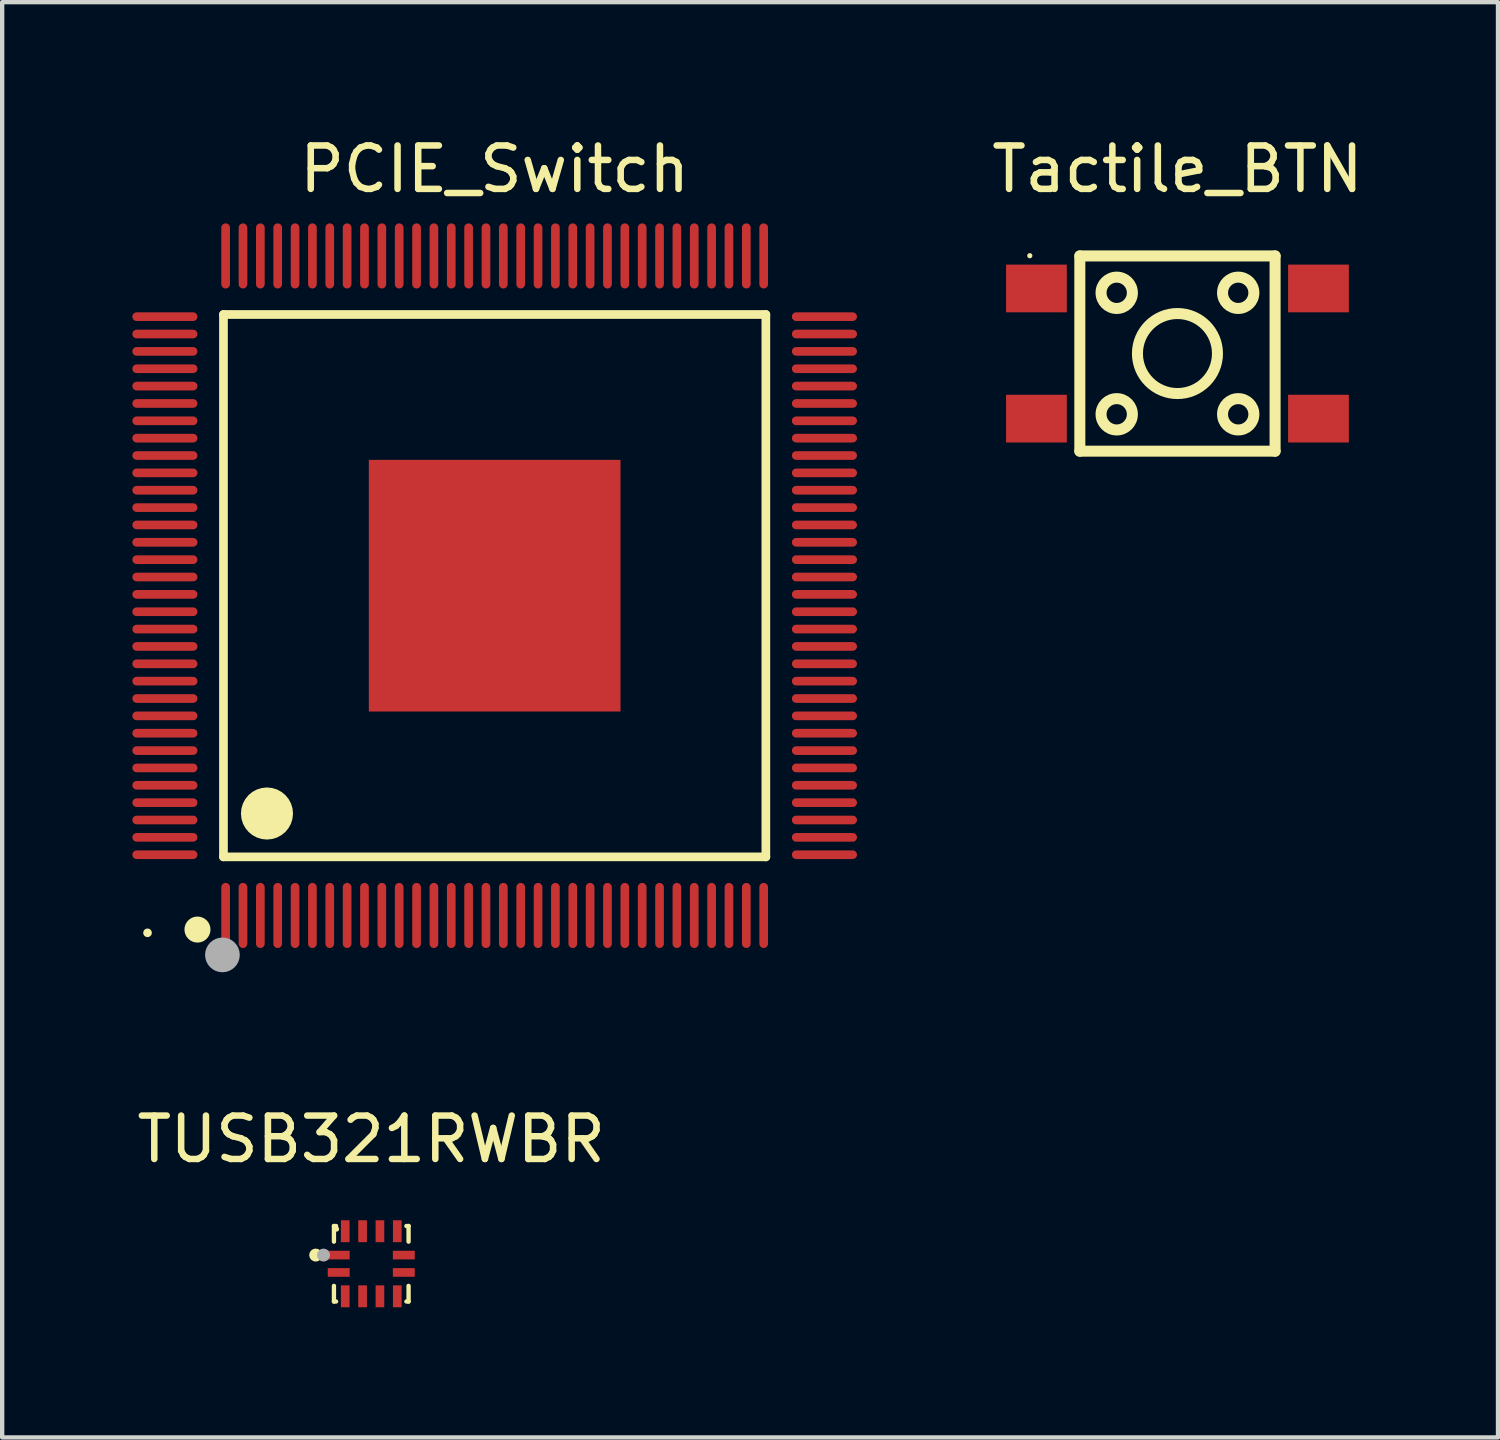
<source format=kicad_pcb>
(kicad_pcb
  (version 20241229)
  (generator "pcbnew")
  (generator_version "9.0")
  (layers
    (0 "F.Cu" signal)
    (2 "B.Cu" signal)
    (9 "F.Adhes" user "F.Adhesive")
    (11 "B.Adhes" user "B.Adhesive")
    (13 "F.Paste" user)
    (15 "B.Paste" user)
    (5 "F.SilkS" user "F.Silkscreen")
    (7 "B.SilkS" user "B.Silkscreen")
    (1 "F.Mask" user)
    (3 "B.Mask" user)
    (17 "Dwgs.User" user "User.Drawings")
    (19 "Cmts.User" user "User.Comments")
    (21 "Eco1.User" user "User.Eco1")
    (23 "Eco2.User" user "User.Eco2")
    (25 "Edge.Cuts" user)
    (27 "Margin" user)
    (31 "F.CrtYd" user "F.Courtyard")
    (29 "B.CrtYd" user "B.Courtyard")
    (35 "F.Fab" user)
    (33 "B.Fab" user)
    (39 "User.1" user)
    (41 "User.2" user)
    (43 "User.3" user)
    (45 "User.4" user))
  (footprint "Tactile_BTN"
    (layer "F.Cu")
    (at 24.086 5.098)
    (property "Reference" "Tactile_BTN" (at 0 -4.25 0) (layer "F.SilkS") (effects (font (size 1 1) (thickness 0.15))))
    (attr through_hole)
    (fp_line (start -2.25 -2.25) (end 2.25 -2.25) (stroke (width 0.254) (type solid)) (layer "F.SilkS"))
    (fp_line (start -2.25 2.25) (end -2.25 -2.25) (stroke (width 0.254) (type solid)) (layer "F.SilkS"))
    (fp_line (start 2.25 -2.25) (end 2.25 2.25) (stroke (width 0.254) (type solid)) (layer "F.SilkS"))
    (fp_line (start 2.25 2.25) (end -2.25 2.25) (stroke (width 0.254) (type solid)) (layer "F.SilkS"))
    (fp_circle (center -3.403 -2.255) (end -3.373 -2.255) (stroke (width 0.06) (type solid)) (fill no) (layer "F.SilkS"))
    (fp_circle (center -1.4 -1.4) (end -1.039 -1.4) (stroke (width 0.254) (type solid)) (fill no) (layer "F.SilkS"))
    (fp_circle (center -1.4 1.4) (end -1.039 1.4) (stroke (width 0.254) (type solid)) (fill no) (layer "F.SilkS"))
    (fp_circle (center 0 -0.000127) (end 0.922 -0.000127) (stroke (width 0.254) (type solid)) (fill no) (layer "F.SilkS"))
    (fp_circle (center 1.4 -1.4) (end 1.761 -1.4) (stroke (width 0.254) (type solid)) (fill no) (layer "F.SilkS"))
    (fp_circle (center 1.4 1.4) (end 1.761 1.4) (stroke (width 0.254) (type solid)) (fill no) (layer "F.SilkS"))
    (pad "1" smd rect (at -3.25 -1.5) (size 1.4 1.1) (layers "F.Cu" "F.Mask" "F.Paste"))
    (pad "2" smd rect (at 3.25 -1.5) (size 1.4 1.1) (layers "F.Cu" "F.Mask" "F.Paste"))
    (pad "3" smd rect (at -3.25 1.5) (size 1.4 1.1) (layers "F.Cu" "F.Mask" "F.Paste"))
    (pad "4" smd rect (at 3.25 1.5) (size 1.4 1.1) (layers "F.Cu" "F.Mask" "F.Paste")))
  (footprint "TUSB321RWBR"
    (layer "F.Cu")
    (at 5.506 26.075)
    (property "Reference" "TUSB321RWBR" (at -0.000064 -2.87 180) (layer "F.SilkS") (effects (font (size 1 1) (thickness 0.15))))
    (attr through_hole)
    (fp_line (start -0.86 0.87) (end -0.86 0.51) (stroke (width 0.1) (type solid)) (layer "F.SilkS"))
    (fp_line (start -0.86 0.87) (end -0.81 0.87) (stroke (width 0.1) (type solid)) (layer "F.SilkS"))
    (fp_line (start -0.86 -0.87) (end -0.86 -0.51) (stroke (width 0.1) (type solid)) (layer "F.SilkS"))
    (fp_line (start -0.86 -0.87) (end -0.81 -0.87) (stroke (width 0.1) (type solid)) (layer "F.SilkS"))
    (fp_line (start 0.86 -0.87) (end 0.81 -0.87) (stroke (width 0.1) (type solid)) (layer "F.SilkS"))
    (fp_line (start 0.86 -0.87) (end 0.86 -0.51) (stroke (width 0.1) (type solid)) (layer "F.SilkS"))
    (fp_line (start 0.86 0.87) (end 0.86 0.51) (stroke (width 0.1) (type solid)) (layer "F.SilkS"))
    (fp_line (start 0.86 0.87) (end 0.81 0.87) (stroke (width 0.1) (type solid)) (layer "F.SilkS"))
    (fp_circle (center -1.28 -0.2) (end -1.205 -0.2) (stroke (width 0.15) (type solid)) (fill no) (layer "F.SilkS"))
    (fp_circle (center -0.8 -0.8) (end -0.77 -0.8) (stroke (width 0.06) (type solid)) (fill no) (layer "F.SilkS"))
    (fp_circle (center -1.1 -0.2) (end -1.025 -0.2) (stroke (width 0.15) (type solid)) (fill no) (layer "F.Fab"))
    (pad "1" smd rect (at -0.75 -0.2 270) (size 0.2 0.505) (layers "F.Cu" "F.Mask" "F.Paste"))
    (pad "2" smd rect (at -0.75 0.2 270) (size 0.2 0.505) (layers "F.Cu" "F.Mask" "F.Paste"))
    (pad "3" smd rect (at -0.6 0.75 270) (size 0.505 0.2) (layers "F.Cu" "F.Mask" "F.Paste"))
    (pad "4" smd rect (at -0.2 0.75 270) (size 0.505 0.2) (layers "F.Cu" "F.Mask" "F.Paste"))
    (pad "5" smd rect (at 0.2 0.75 270) (size 0.505 0.2) (layers "F.Cu" "F.Mask" "F.Paste"))
    (pad "6" smd rect (at 0.6 0.75 270) (size 0.505 0.2) (layers "F.Cu" "F.Mask" "F.Paste"))
    (pad "7" smd rect (at 0.75 0.2 270) (size 0.2 0.505) (layers "F.Cu" "F.Mask" "F.Paste"))
    (pad "8" smd rect (at 0.75 -0.2 270) (size 0.2 0.505) (layers "F.Cu" "F.Mask" "F.Paste"))
    (pad "9" smd rect (at 0.6 -0.75 270) (size 0.505 0.2) (layers "F.Cu" "F.Mask" "F.Paste"))
    (pad "10" smd rect (at 0.2 -0.75 270) (size 0.505 0.2) (layers "F.Cu" "F.Mask" "F.Paste"))
    (pad "11" smd rect (at -0.2 -0.75 270) (size 0.505 0.2) (layers "F.Cu" "F.Mask" "F.Paste"))
    (pad "12" smd rect (at -0.6 -0.75 270) (size 0.505 0.2) (layers "F.Cu" "F.Mask" "F.Paste")))
  (footprint "PCIE_Switch"
    (layer "F.Cu")
    (at 8.35 10.448)
    (property "Reference" "PCIE_Switch" (at 0 -9.6 0) (layer "F.SilkS") (effects (font (size 1 1) (thickness 0.15))))
    (attr through_hole)
    (fp_line (start -6.25 -6.25) (end 6.25 -6.25) (stroke (width 0.2) (type solid)) (layer "F.SilkS"))
    (fp_line (start -6.25 6.25) (end -6.25 -6.25) (stroke (width 0.2) (type solid)) (layer "F.SilkS"))
    (fp_line (start 6.25 -6.25) (end 6.25 6.25) (stroke (width 0.2) (type solid)) (layer "F.SilkS"))
    (fp_line (start 6.25 6.25) (end -6.25 6.25) (stroke (width 0.2) (type solid)) (layer "F.SilkS"))
    (fp_arc (start -6.847854 7.774956) (mid -6.84934 8.074975) (end -6.849975 7.774953) (stroke (width 0.3) (type solid)) (layer "F.SilkS"))
    (fp_arc (start -5.24511 4.95047) (mid -5.248081 5.550459) (end -5.249353 4.950464) (stroke (width 0.6) (type solid)) (layer "F.SilkS"))
    (fp_circle (center -8 8) (end -7.95 8) (stroke (width 0.1) (type solid)) (fill no) (layer "F.SilkS"))
    (fp_circle (center -6.274 8.509) (end -6.074 8.509) (stroke (width 0.4) (type solid)) (fill no) (layer "F.Fab"))
    (pad "1" smd oval (at -6.2 7.6) (size 0.2 1.5) (layers "F.Cu" "F.Mask" "F.Paste"))
    (pad "2" smd oval (at -5.8 7.6) (size 0.2 1.5) (layers "F.Cu" "F.Mask" "F.Paste"))
    (pad "3" smd oval (at -5.4 7.6) (size 0.2 1.5) (layers "F.Cu" "F.Mask" "F.Paste"))
    (pad "4" smd oval (at -5 7.6) (size 0.2 1.5) (layers "F.Cu" "F.Mask" "F.Paste"))
    (pad "5" smd oval (at -4.6 7.6) (size 0.2 1.5) (layers "F.Cu" "F.Mask" "F.Paste"))
    (pad "6" smd oval (at -4.2 7.6) (size 0.2 1.5) (layers "F.Cu" "F.Mask" "F.Paste"))
    (pad "7" smd oval (at -3.8 7.6) (size 0.2 1.5) (layers "F.Cu" "F.Mask" "F.Paste"))
    (pad "8" smd oval (at -3.4 7.6) (size 0.2 1.5) (layers "F.Cu" "F.Mask" "F.Paste"))
    (pad "9" smd oval (at -3 7.6) (size 0.2 1.5) (layers "F.Cu" "F.Mask" "F.Paste"))
    (pad "10" smd oval (at -2.6 7.6) (size 0.2 1.5) (layers "F.Cu" "F.Mask" "F.Paste"))
    (pad "11" smd oval (at -2.2 7.6) (size 0.2 1.5) (layers "F.Cu" "F.Mask" "F.Paste"))
    (pad "12" smd oval (at -1.8 7.6) (size 0.2 1.5) (layers "F.Cu" "F.Mask" "F.Paste"))
    (pad "13" smd oval (at -1.4 7.6) (size 0.2 1.5) (layers "F.Cu" "F.Mask" "F.Paste"))
    (pad "14" smd oval (at -1 7.6) (size 0.2 1.5) (layers "F.Cu" "F.Mask" "F.Paste"))
    (pad "15" smd oval (at -0.6 7.6) (size 0.2 1.5) (layers "F.Cu" "F.Mask" "F.Paste"))
    (pad "16" smd oval (at -0.2 7.6) (size 0.2 1.5) (layers "F.Cu" "F.Mask" "F.Paste"))
    (pad "17" smd oval (at 0.2 7.6) (size 0.2 1.5) (layers "F.Cu" "F.Mask" "F.Paste"))
    (pad "18" smd oval (at 0.6 7.6) (size 0.2 1.5) (layers "F.Cu" "F.Mask" "F.Paste"))
    (pad "19" smd oval (at 1 7.6) (size 0.2 1.5) (layers "F.Cu" "F.Mask" "F.Paste"))
    (pad "20" smd oval (at 1.4 7.6) (size 0.2 1.5) (layers "F.Cu" "F.Mask" "F.Paste"))
    (pad "21" smd oval (at 1.8 7.6) (size 0.2 1.5) (layers "F.Cu" "F.Mask" "F.Paste"))
    (pad "22" smd oval (at 2.2 7.6) (size 0.2 1.5) (layers "F.Cu" "F.Mask" "F.Paste"))
    (pad "23" smd oval (at 2.6 7.6) (size 0.2 1.5) (layers "F.Cu" "F.Mask" "F.Paste"))
    (pad "24" smd oval (at 3 7.6) (size 0.2 1.5) (layers "F.Cu" "F.Mask" "F.Paste"))
    (pad "25" smd oval (at 3.4 7.6) (size 0.2 1.5) (layers "F.Cu" "F.Mask" "F.Paste"))
    (pad "26" smd oval (at 3.8 7.6) (size 0.2 1.5) (layers "F.Cu" "F.Mask" "F.Paste"))
    (pad "27" smd oval (at 4.2 7.6) (size 0.2 1.5) (layers "F.Cu" "F.Mask" "F.Paste"))
    (pad "28" smd oval (at 4.6 7.6) (size 0.2 1.5) (layers "F.Cu" "F.Mask" "F.Paste"))
    (pad "29" smd oval (at 5 7.6) (size 0.2 1.5) (layers "F.Cu" "F.Mask" "F.Paste"))
    (pad "30" smd oval (at 5.4 7.6) (size 0.2 1.5) (layers "F.Cu" "F.Mask" "F.Paste"))
    (pad "31" smd oval (at 5.8 7.6) (size 0.2 1.5) (layers "F.Cu" "F.Mask" "F.Paste"))
    (pad "32" smd oval (at 6.2 7.6) (size 0.2 1.5) (layers "F.Cu" "F.Mask" "F.Paste"))
    (pad "33" smd oval (at 7.6 6.2 90) (size 0.2 1.5) (layers "F.Cu" "F.Mask" "F.Paste"))
    (pad "34" smd oval (at 7.6 5.8 90) (size 0.2 1.5) (layers "F.Cu" "F.Mask" "F.Paste"))
    (pad "35" smd oval (at 7.6 5.4 90) (size 0.2 1.5) (layers "F.Cu" "F.Mask" "F.Paste"))
    (pad "36" smd oval (at 7.6 5 90) (size 0.2 1.5) (layers "F.Cu" "F.Mask" "F.Paste"))
    (pad "37" smd oval (at 7.6 4.6 90) (size 0.2 1.5) (layers "F.Cu" "F.Mask" "F.Paste"))
    (pad "38" smd oval (at 7.6 4.2 90) (size 0.2 1.5) (layers "F.Cu" "F.Mask" "F.Paste"))
    (pad "39" smd oval (at 7.6 3.8 90) (size 0.2 1.5) (layers "F.Cu" "F.Mask" "F.Paste"))
    (pad "40" smd oval (at 7.6 3.4 90) (size 0.2 1.5) (layers "F.Cu" "F.Mask" "F.Paste"))
    (pad "41" smd oval (at 7.6 3 90) (size 0.2 1.5) (layers "F.Cu" "F.Mask" "F.Paste"))
    (pad "42" smd oval (at 7.6 2.6 90) (size 0.2 1.5) (layers "F.Cu" "F.Mask" "F.Paste"))
    (pad "43" smd oval (at 7.6 2.2 90) (size 0.2 1.5) (layers "F.Cu" "F.Mask" "F.Paste"))
    (pad "44" smd oval (at 7.6 1.8 90) (size 0.2 1.5) (layers "F.Cu" "F.Mask" "F.Paste"))
    (pad "45" smd oval (at 7.6 1.4 90) (size 0.2 1.5) (layers "F.Cu" "F.Mask" "F.Paste"))
    (pad "46" smd oval (at 7.6 1 90) (size 0.2 1.5) (layers "F.Cu" "F.Mask" "F.Paste"))
    (pad "47" smd oval (at 7.6 0.6 90) (size 0.2 1.5) (layers "F.Cu" "F.Mask" "F.Paste"))
    (pad "48" smd oval (at 7.6 0.2 90) (size 0.2 1.5) (layers "F.Cu" "F.Mask" "F.Paste"))
    (pad "49" smd oval (at 7.6 -0.2 90) (size 0.2 1.5) (layers "F.Cu" "F.Mask" "F.Paste"))
    (pad "50" smd oval (at 7.6 -0.6 90) (size 0.2 1.5) (layers "F.Cu" "F.Mask" "F.Paste"))
    (pad "51" smd oval (at 7.6 -1 90) (size 0.2 1.5) (layers "F.Cu" "F.Mask" "F.Paste"))
    (pad "52" smd oval (at 7.6 -1.4 90) (size 0.2 1.5) (layers "F.Cu" "F.Mask" "F.Paste"))
    (pad "53" smd oval (at 7.6 -1.8 90) (size 0.2 1.5) (layers "F.Cu" "F.Mask" "F.Paste"))
    (pad "54" smd oval (at 7.6 -2.2 90) (size 0.2 1.5) (layers "F.Cu" "F.Mask" "F.Paste"))
    (pad "55" smd oval (at 7.6 -2.6 90) (size 0.2 1.5) (layers "F.Cu" "F.Mask" "F.Paste"))
    (pad "56" smd oval (at 7.6 -3 90) (size 0.2 1.5) (layers "F.Cu" "F.Mask" "F.Paste"))
    (pad "57" smd oval (at 7.6 -3.4 90) (size 0.2 1.5) (layers "F.Cu" "F.Mask" "F.Paste"))
    (pad "58" smd oval (at 7.6 -3.8 90) (size 0.2 1.5) (layers "F.Cu" "F.Mask" "F.Paste"))
    (pad "59" smd oval (at 7.6 -4.2 90) (size 0.2 1.5) (layers "F.Cu" "F.Mask" "F.Paste"))
    (pad "60" smd oval (at 7.6 -4.6 90) (size 0.2 1.5) (layers "F.Cu" "F.Mask" "F.Paste"))
    (pad "61" smd oval (at 7.6 -5 90) (size 0.2 1.5) (layers "F.Cu" "F.Mask" "F.Paste"))
    (pad "62" smd oval (at 7.6 -5.4 90) (size 0.2 1.5) (layers "F.Cu" "F.Mask" "F.Paste"))
    (pad "63" smd oval (at 7.6 -5.8 90) (size 0.2 1.5) (layers "F.Cu" "F.Mask" "F.Paste"))
    (pad "64" smd oval (at 7.6 -6.2 90) (size 0.2 1.5) (layers "F.Cu" "F.Mask" "F.Paste"))
    (pad "65" smd oval (at 6.2 -7.6 180) (size 0.2 1.5) (layers "F.Cu" "F.Mask" "F.Paste"))
    (pad "66" smd oval (at 5.8 -7.6 180) (size 0.2 1.5) (layers "F.Cu" "F.Mask" "F.Paste"))
    (pad "67" smd oval (at 5.4 -7.6 180) (size 0.2 1.5) (layers "F.Cu" "F.Mask" "F.Paste"))
    (pad "68" smd oval (at 5 -7.6 180) (size 0.2 1.5) (layers "F.Cu" "F.Mask" "F.Paste"))
    (pad "69" smd oval (at 4.6 -7.6 180) (size 0.2 1.5) (layers "F.Cu" "F.Mask" "F.Paste"))
    (pad "70" smd oval (at 4.2 -7.6 180) (size 0.2 1.5) (layers "F.Cu" "F.Mask" "F.Paste"))
    (pad "71" smd oval (at 3.8 -7.6 180) (size 0.2 1.5) (layers "F.Cu" "F.Mask" "F.Paste"))
    (pad "72" smd oval (at 3.4 -7.6 180) (size 0.2 1.5) (layers "F.Cu" "F.Mask" "F.Paste"))
    (pad "73" smd oval (at 3 -7.6 180) (size 0.2 1.5) (layers "F.Cu" "F.Mask" "F.Paste"))
    (pad "74" smd oval (at 2.6 -7.6 180) (size 0.2 1.5) (layers "F.Cu" "F.Mask" "F.Paste"))
    (pad "75" smd oval (at 2.2 -7.6 180) (size 0.2 1.5) (layers "F.Cu" "F.Mask" "F.Paste"))
    (pad "76" smd oval (at 1.8 -7.6 180) (size 0.2 1.5) (layers "F.Cu" "F.Mask" "F.Paste"))
    (pad "77" smd oval (at 1.4 -7.6 180) (size 0.2 1.5) (layers "F.Cu" "F.Mask" "F.Paste"))
    (pad "78" smd oval (at 1 -7.6 180) (size 0.2 1.5) (layers "F.Cu" "F.Mask" "F.Paste"))
    (pad "79" smd oval (at 0.6 -7.6 180) (size 0.2 1.5) (layers "F.Cu" "F.Mask" "F.Paste"))
    (pad "80" smd oval (at 0.2 -7.6 180) (size 0.2 1.5) (layers "F.Cu" "F.Mask" "F.Paste"))
    (pad "81" smd oval (at -0.2 -7.6 180) (size 0.2 1.5) (layers "F.Cu" "F.Mask" "F.Paste"))
    (pad "82" smd oval (at -0.6 -7.6 180) (size 0.2 1.5) (layers "F.Cu" "F.Mask" "F.Paste"))
    (pad "83" smd oval (at -1 -7.6 180) (size 0.2 1.5) (layers "F.Cu" "F.Mask" "F.Paste"))
    (pad "84" smd oval (at -1.4 -7.6 180) (size 0.2 1.5) (layers "F.Cu" "F.Mask" "F.Paste"))
    (pad "85" smd oval (at -1.8 -7.6 180) (size 0.2 1.5) (layers "F.Cu" "F.Mask" "F.Paste"))
    (pad "86" smd oval (at -2.2 -7.6 180) (size 0.2 1.5) (layers "F.Cu" "F.Mask" "F.Paste"))
    (pad "87" smd oval (at -2.6 -7.6 180) (size 0.2 1.5) (layers "F.Cu" "F.Mask" "F.Paste"))
    (pad "88" smd oval (at -3 -7.6 180) (size 0.2 1.5) (layers "F.Cu" "F.Mask" "F.Paste"))
    (pad "89" smd oval (at -3.4 -7.6 180) (size 0.2 1.5) (layers "F.Cu" "F.Mask" "F.Paste"))
    (pad "90" smd oval (at -3.8 -7.6 180) (size 0.2 1.5) (layers "F.Cu" "F.Mask" "F.Paste"))
    (pad "91" smd oval (at -4.2 -7.6 180) (size 0.2 1.5) (layers "F.Cu" "F.Mask" "F.Paste"))
    (pad "92" smd oval (at -4.6 -7.6 180) (size 0.2 1.5) (layers "F.Cu" "F.Mask" "F.Paste"))
    (pad "93" smd oval (at -5 -7.6 180) (size 0.2 1.5) (layers "F.Cu" "F.Mask" "F.Paste"))
    (pad "94" smd oval (at -5.4 -7.6 180) (size 0.2 1.5) (layers "F.Cu" "F.Mask" "F.Paste"))
    (pad "95" smd oval (at -5.8 -7.6 180) (size 0.2 1.5) (layers "F.Cu" "F.Mask" "F.Paste"))
    (pad "96" smd oval (at -6.2 -7.6 180) (size 0.2 1.5) (layers "F.Cu" "F.Mask" "F.Paste"))
    (pad "97" smd oval (at -7.6 -6.2 270) (size 0.2 1.5) (layers "F.Cu" "F.Mask" "F.Paste"))
    (pad "98" smd oval (at -7.6 -5.8 270) (size 0.2 1.5) (layers "F.Cu" "F.Mask" "F.Paste"))
    (pad "99" smd oval (at -7.6 -5.4 270) (size 0.2 1.5) (layers "F.Cu" "F.Mask" "F.Paste"))
    (pad "100" smd oval (at -7.6 -5 270) (size 0.2 1.5) (layers "F.Cu" "F.Mask" "F.Paste"))
    (pad "101" smd oval (at -7.6 -4.6 270) (size 0.2 1.5) (layers "F.Cu" "F.Mask" "F.Paste"))
    (pad "102" smd oval (at -7.6 -4.2 270) (size 0.2 1.5) (layers "F.Cu" "F.Mask" "F.Paste"))
    (pad "103" smd oval (at -7.6 -3.8 270) (size 0.2 1.5) (layers "F.Cu" "F.Mask" "F.Paste"))
    (pad "104" smd oval (at -7.6 -3.4 270) (size 0.2 1.5) (layers "F.Cu" "F.Mask" "F.Paste"))
    (pad "105" smd oval (at -7.6 -3 270) (size 0.2 1.5) (layers "F.Cu" "F.Mask" "F.Paste"))
    (pad "106" smd oval (at -7.6 -2.6 270) (size 0.2 1.5) (layers "F.Cu" "F.Mask" "F.Paste"))
    (pad "107" smd oval (at -7.6 -2.2 270) (size 0.2 1.5) (layers "F.Cu" "F.Mask" "F.Paste"))
    (pad "108" smd oval (at -7.6 -1.8 270) (size 0.2 1.5) (layers "F.Cu" "F.Mask" "F.Paste"))
    (pad "109" smd oval (at -7.6 -1.4 270) (size 0.2 1.5) (layers "F.Cu" "F.Mask" "F.Paste"))
    (pad "110" smd oval (at -7.6 -1 270) (size 0.2 1.5) (layers "F.Cu" "F.Mask" "F.Paste"))
    (pad "111" smd oval (at -7.6 -0.6 270) (size 0.2 1.5) (layers "F.Cu" "F.Mask" "F.Paste"))
    (pad "112" smd oval (at -7.6 -0.2 270) (size 0.2 1.5) (layers "F.Cu" "F.Mask" "F.Paste"))
    (pad "113" smd oval (at -7.6 0.2 270) (size 0.2 1.5) (layers "F.Cu" "F.Mask" "F.Paste"))
    (pad "114" smd oval (at -7.6 0.6 270) (size 0.2 1.5) (layers "F.Cu" "F.Mask" "F.Paste"))
    (pad "115" smd oval (at -7.6 1 270) (size 0.2 1.5) (layers "F.Cu" "F.Mask" "F.Paste"))
    (pad "116" smd oval (at -7.6 1.4 270) (size 0.2 1.5) (layers "F.Cu" "F.Mask" "F.Paste"))
    (pad "117" smd oval (at -7.6 1.8 270) (size 0.2 1.5) (layers "F.Cu" "F.Mask" "F.Paste"))
    (pad "118" smd oval (at -7.6 2.2 270) (size 0.2 1.5) (layers "F.Cu" "F.Mask" "F.Paste"))
    (pad "119" smd oval (at -7.6 2.6 270) (size 0.2 1.5) (layers "F.Cu" "F.Mask" "F.Paste"))
    (pad "120" smd oval (at -7.6 3 270) (size 0.2 1.5) (layers "F.Cu" "F.Mask" "F.Paste"))
    (pad "121" smd oval (at -7.6 3.4 270) (size 0.2 1.5) (layers "F.Cu" "F.Mask" "F.Paste"))
    (pad "122" smd oval (at -7.6 3.8 270) (size 0.2 1.5) (layers "F.Cu" "F.Mask" "F.Paste"))
    (pad "123" smd oval (at -7.6 4.2 270) (size 0.2 1.5) (layers "F.Cu" "F.Mask" "F.Paste"))
    (pad "124" smd oval (at -7.6 4.6 270) (size 0.2 1.5) (layers "F.Cu" "F.Mask" "F.Paste"))
    (pad "125" smd oval (at -7.6 5 270) (size 0.2 1.5) (layers "F.Cu" "F.Mask" "F.Paste"))
    (pad "126" smd oval (at -7.6 5.4 270) (size 0.2 1.5) (layers "F.Cu" "F.Mask" "F.Paste"))
    (pad "127" smd oval (at -7.6 5.8 270) (size 0.2 1.5) (layers "F.Cu" "F.Mask" "F.Paste"))
    (pad "128" smd oval (at -7.6 6.2 270) (size 0.2 1.5) (layers "F.Cu" "F.Mask" "F.Paste"))
    (pad "129" smd rect (at 0 0 180) (size 5.8 5.8) (layers "F.Cu" "F.Mask" "F.Paste")))
  (gr_rect
    (start -3 -3)
    (end 31.473 30.078)
    (stroke (width 0.1) (type default))
    (fill no)
    (layer "Edge.Cuts")))
</source>
